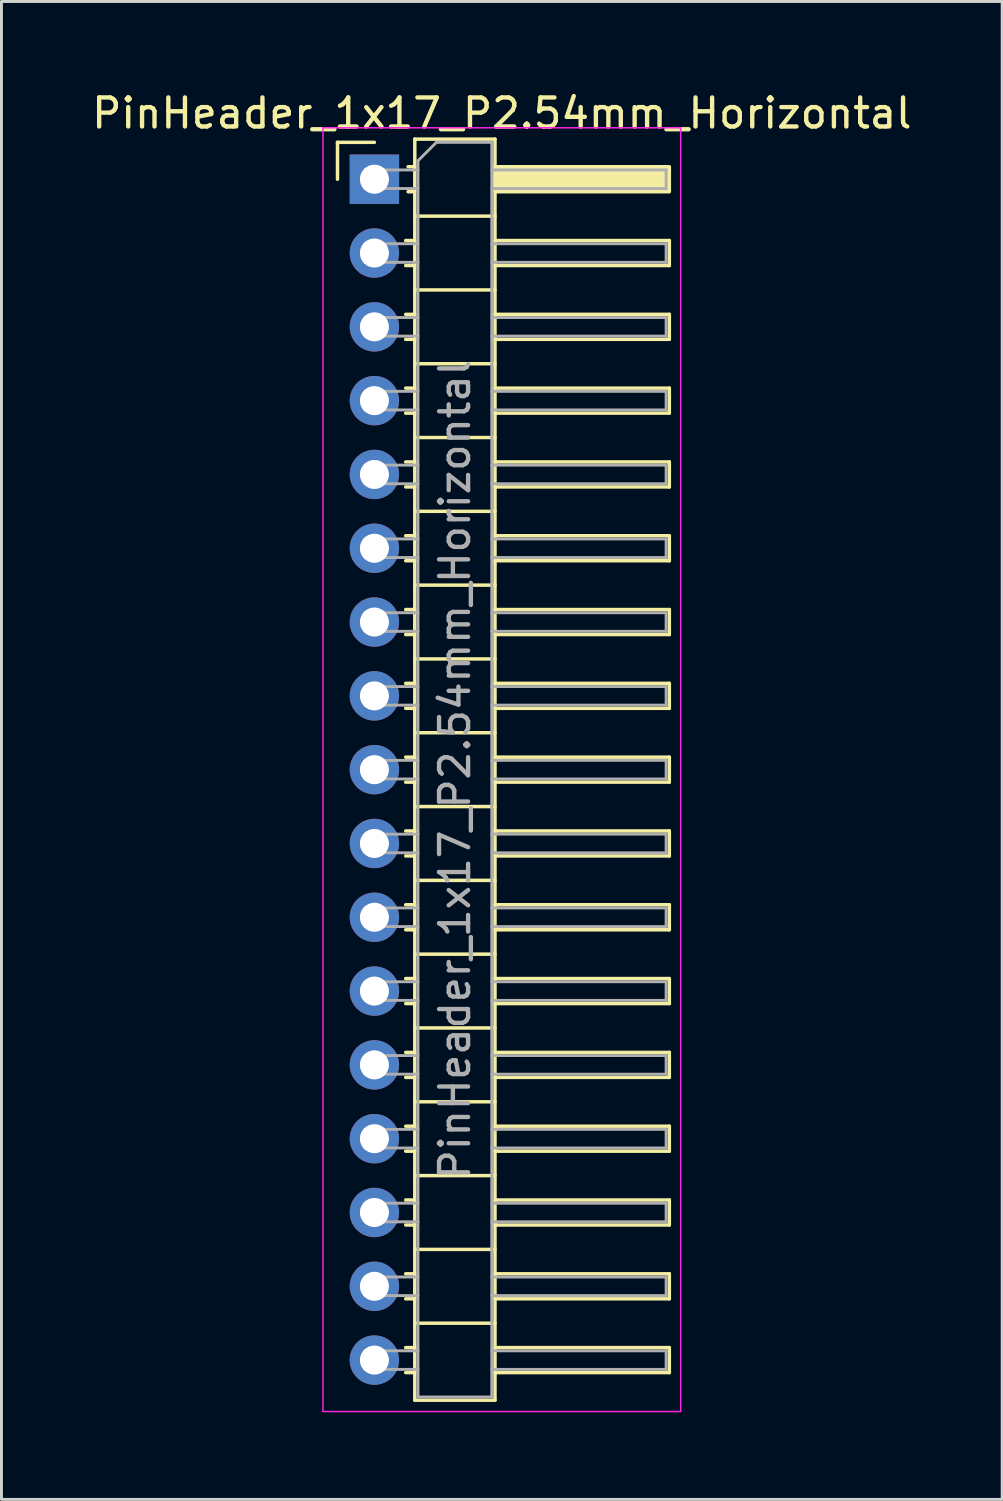
<source format=kicad_pcb>
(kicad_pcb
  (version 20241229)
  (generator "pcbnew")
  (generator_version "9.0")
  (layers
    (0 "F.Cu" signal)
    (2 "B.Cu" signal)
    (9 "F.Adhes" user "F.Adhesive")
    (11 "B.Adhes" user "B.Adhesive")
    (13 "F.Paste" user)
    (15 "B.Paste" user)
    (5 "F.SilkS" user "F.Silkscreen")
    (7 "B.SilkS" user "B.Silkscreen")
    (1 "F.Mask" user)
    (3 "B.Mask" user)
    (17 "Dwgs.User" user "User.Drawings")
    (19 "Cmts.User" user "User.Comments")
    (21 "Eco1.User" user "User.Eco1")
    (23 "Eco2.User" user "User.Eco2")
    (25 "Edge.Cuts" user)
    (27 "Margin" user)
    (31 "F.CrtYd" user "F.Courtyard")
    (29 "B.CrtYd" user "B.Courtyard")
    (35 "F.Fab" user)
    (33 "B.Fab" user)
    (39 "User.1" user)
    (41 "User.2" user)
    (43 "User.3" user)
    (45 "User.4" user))
  (footprint "PinHeader_1x17_P2.54mm_Horizontal"
    (layer "F.Cu")
    (at 9.835 3.118)
    (property "Reference" "PinHeader_1x17_P2.54mm_Horizontal" (at 4.385 -2.27 0) (layer "F.SilkS") (effects (font (size 1 1) (thickness 0.15))))
    (attr through_hole)
    (fp_line (start -1.27 -1.27) (end 0 -1.27) (stroke (width 0.12) (type solid)) (layer "F.SilkS"))
    (fp_line (start -1.27 0) (end -1.27 -1.27) (stroke (width 0.12) (type solid)) (layer "F.SilkS"))
    (fp_line (start 1.077 2.11) (end 1.39 2.11) (stroke (width 0.12) (type solid)) (layer "F.SilkS"))
    (fp_line (start 1.077 2.97) (end 1.39 2.97) (stroke (width 0.12) (type solid)) (layer "F.SilkS"))
    (fp_line (start 1.077 4.65) (end 1.39 4.65) (stroke (width 0.12) (type solid)) (layer "F.SilkS"))
    (fp_line (start 1.077 5.51) (end 1.39 5.51) (stroke (width 0.12) (type solid)) (layer "F.SilkS"))
    (fp_line (start 1.077 7.19) (end 1.39 7.19) (stroke (width 0.12) (type solid)) (layer "F.SilkS"))
    (fp_line (start 1.077 8.05) (end 1.39 8.05) (stroke (width 0.12) (type solid)) (layer "F.SilkS"))
    (fp_line (start 1.077 9.73) (end 1.39 9.73) (stroke (width 0.12) (type solid)) (layer "F.SilkS"))
    (fp_line (start 1.077 10.59) (end 1.39 10.59) (stroke (width 0.12) (type solid)) (layer "F.SilkS"))
    (fp_line (start 1.077 12.27) (end 1.39 12.27) (stroke (width 0.12) (type solid)) (layer "F.SilkS"))
    (fp_line (start 1.077 13.13) (end 1.39 13.13) (stroke (width 0.12) (type solid)) (layer "F.SilkS"))
    (fp_line (start 1.077 14.81) (end 1.39 14.81) (stroke (width 0.12) (type solid)) (layer "F.SilkS"))
    (fp_line (start 1.077 15.67) (end 1.39 15.67) (stroke (width 0.12) (type solid)) (layer "F.SilkS"))
    (fp_line (start 1.077 17.35) (end 1.39 17.35) (stroke (width 0.12) (type solid)) (layer "F.SilkS"))
    (fp_line (start 1.077 18.21) (end 1.39 18.21) (stroke (width 0.12) (type solid)) (layer "F.SilkS"))
    (fp_line (start 1.077 19.89) (end 1.39 19.89) (stroke (width 0.12) (type solid)) (layer "F.SilkS"))
    (fp_line (start 1.077 20.75) (end 1.39 20.75) (stroke (width 0.12) (type solid)) (layer "F.SilkS"))
    (fp_line (start 1.077 22.43) (end 1.39 22.43) (stroke (width 0.12) (type solid)) (layer "F.SilkS"))
    (fp_line (start 1.077 23.29) (end 1.39 23.29) (stroke (width 0.12) (type solid)) (layer "F.SilkS"))
    (fp_line (start 1.077 24.97) (end 1.39 24.97) (stroke (width 0.12) (type solid)) (layer "F.SilkS"))
    (fp_line (start 1.077 25.83) (end 1.39 25.83) (stroke (width 0.12) (type solid)) (layer "F.SilkS"))
    (fp_line (start 1.077 27.51) (end 1.39 27.51) (stroke (width 0.12) (type solid)) (layer "F.SilkS"))
    (fp_line (start 1.077 28.37) (end 1.39 28.37) (stroke (width 0.12) (type solid)) (layer "F.SilkS"))
    (fp_line (start 1.077 30.05) (end 1.39 30.05) (stroke (width 0.12) (type solid)) (layer "F.SilkS"))
    (fp_line (start 1.077 30.91) (end 1.39 30.91) (stroke (width 0.12) (type solid)) (layer "F.SilkS"))
    (fp_line (start 1.077 32.59) (end 1.39 32.59) (stroke (width 0.12) (type solid)) (layer "F.SilkS"))
    (fp_line (start 1.077 33.45) (end 1.39 33.45) (stroke (width 0.12) (type solid)) (layer "F.SilkS"))
    (fp_line (start 1.077 35.13) (end 1.39 35.13) (stroke (width 0.12) (type solid)) (layer "F.SilkS"))
    (fp_line (start 1.077 35.99) (end 1.39 35.99) (stroke (width 0.12) (type solid)) (layer "F.SilkS"))
    (fp_line (start 1.077 37.67) (end 1.39 37.67) (stroke (width 0.12) (type solid)) (layer "F.SilkS"))
    (fp_line (start 1.077 38.53) (end 1.39 38.53) (stroke (width 0.12) (type solid)) (layer "F.SilkS"))
    (fp_line (start 1.077 40.21) (end 1.39 40.21) (stroke (width 0.12) (type solid)) (layer "F.SilkS"))
    (fp_line (start 1.077 41.07) (end 1.39 41.07) (stroke (width 0.12) (type solid)) (layer "F.SilkS"))
    (fp_line (start 1.16 -0.43) (end 1.39 -0.43) (stroke (width 0.12) (type solid)) (layer "F.SilkS"))
    (fp_line (start 1.16 0.43) (end 1.39 0.43) (stroke (width 0.12) (type solid)) (layer "F.SilkS"))
    (fp_line (start 1.39 -1.38) (end 1.39 42.02) (stroke (width 0.12) (type solid)) (layer "F.SilkS"))
    (fp_line (start 1.39 1.27) (end 4.15 1.27) (stroke (width 0.12) (type solid)) (layer "F.SilkS"))
    (fp_line (start 1.39 3.81) (end 4.15 3.81) (stroke (width 0.12) (type solid)) (layer "F.SilkS"))
    (fp_line (start 1.39 6.35) (end 4.15 6.35) (stroke (width 0.12) (type solid)) (layer "F.SilkS"))
    (fp_line (start 1.39 8.89) (end 4.15 8.89) (stroke (width 0.12) (type solid)) (layer "F.SilkS"))
    (fp_line (start 1.39 11.43) (end 4.15 11.43) (stroke (width 0.12) (type solid)) (layer "F.SilkS"))
    (fp_line (start 1.39 13.97) (end 4.15 13.97) (stroke (width 0.12) (type solid)) (layer "F.SilkS"))
    (fp_line (start 1.39 16.51) (end 4.15 16.51) (stroke (width 0.12) (type solid)) (layer "F.SilkS"))
    (fp_line (start 1.39 19.05) (end 4.15 19.05) (stroke (width 0.12) (type solid)) (layer "F.SilkS"))
    (fp_line (start 1.39 21.59) (end 4.15 21.59) (stroke (width 0.12) (type solid)) (layer "F.SilkS"))
    (fp_line (start 1.39 24.13) (end 4.15 24.13) (stroke (width 0.12) (type solid)) (layer "F.SilkS"))
    (fp_line (start 1.39 26.67) (end 4.15 26.67) (stroke (width 0.12) (type solid)) (layer "F.SilkS"))
    (fp_line (start 1.39 29.21) (end 4.15 29.21) (stroke (width 0.12) (type solid)) (layer "F.SilkS"))
    (fp_line (start 1.39 31.75) (end 4.15 31.75) (stroke (width 0.12) (type solid)) (layer "F.SilkS"))
    (fp_line (start 1.39 34.29) (end 4.15 34.29) (stroke (width 0.12) (type solid)) (layer "F.SilkS"))
    (fp_line (start 1.39 36.83) (end 4.15 36.83) (stroke (width 0.12) (type solid)) (layer "F.SilkS"))
    (fp_line (start 1.39 39.37) (end 4.15 39.37) (stroke (width 0.12) (type solid)) (layer "F.SilkS"))
    (fp_line (start 1.39 42.02) (end 4.15 42.02) (stroke (width 0.12) (type solid)) (layer "F.SilkS"))
    (fp_line (start 4.15 -1.38) (end 1.39 -1.38) (stroke (width 0.12) (type solid)) (layer "F.SilkS"))
    (fp_line (start 4.15 2.11) (end 10.15 2.11) (stroke (width 0.12) (type solid)) (layer "F.SilkS"))
    (fp_line (start 4.15 4.65) (end 10.15 4.65) (stroke (width 0.12) (type solid)) (layer "F.SilkS"))
    (fp_line (start 4.15 7.19) (end 10.15 7.19) (stroke (width 0.12) (type solid)) (layer "F.SilkS"))
    (fp_line (start 4.15 9.73) (end 10.15 9.73) (stroke (width 0.12) (type solid)) (layer "F.SilkS"))
    (fp_line (start 4.15 12.27) (end 10.15 12.27) (stroke (width 0.12) (type solid)) (layer "F.SilkS"))
    (fp_line (start 4.15 14.81) (end 10.15 14.81) (stroke (width 0.12) (type solid)) (layer "F.SilkS"))
    (fp_line (start 4.15 17.35) (end 10.15 17.35) (stroke (width 0.12) (type solid)) (layer "F.SilkS"))
    (fp_line (start 4.15 19.89) (end 10.15 19.89) (stroke (width 0.12) (type solid)) (layer "F.SilkS"))
    (fp_line (start 4.15 22.43) (end 10.15 22.43) (stroke (width 0.12) (type solid)) (layer "F.SilkS"))
    (fp_line (start 4.15 24.97) (end 10.15 24.97) (stroke (width 0.12) (type solid)) (layer "F.SilkS"))
    (fp_line (start 4.15 27.51) (end 10.15 27.51) (stroke (width 0.12) (type solid)) (layer "F.SilkS"))
    (fp_line (start 4.15 30.05) (end 10.15 30.05) (stroke (width 0.12) (type solid)) (layer "F.SilkS"))
    (fp_line (start 4.15 32.59) (end 10.15 32.59) (stroke (width 0.12) (type solid)) (layer "F.SilkS"))
    (fp_line (start 4.15 35.13) (end 10.15 35.13) (stroke (width 0.12) (type solid)) (layer "F.SilkS"))
    (fp_line (start 4.15 37.67) (end 10.15 37.67) (stroke (width 0.12) (type solid)) (layer "F.SilkS"))
    (fp_line (start 4.15 40.21) (end 10.15 40.21) (stroke (width 0.12) (type solid)) (layer "F.SilkS"))
    (fp_line (start 4.15 42.02) (end 4.15 -1.38) (stroke (width 0.12) (type solid)) (layer "F.SilkS"))
    (fp_line (start 10.15 2.11) (end 10.15 2.97) (stroke (width 0.12) (type solid)) (layer "F.SilkS"))
    (fp_line (start 10.15 2.97) (end 4.15 2.97) (stroke (width 0.12) (type solid)) (layer "F.SilkS"))
    (fp_line (start 10.15 4.65) (end 10.15 5.51) (stroke (width 0.12) (type solid)) (layer "F.SilkS"))
    (fp_line (start 10.15 5.51) (end 4.15 5.51) (stroke (width 0.12) (type solid)) (layer "F.SilkS"))
    (fp_line (start 10.15 7.19) (end 10.15 8.05) (stroke (width 0.12) (type solid)) (layer "F.SilkS"))
    (fp_line (start 10.15 8.05) (end 4.15 8.05) (stroke (width 0.12) (type solid)) (layer "F.SilkS"))
    (fp_line (start 10.15 9.73) (end 10.15 10.59) (stroke (width 0.12) (type solid)) (layer "F.SilkS"))
    (fp_line (start 10.15 10.59) (end 4.15 10.59) (stroke (width 0.12) (type solid)) (layer "F.SilkS"))
    (fp_line (start 10.15 12.27) (end 10.15 13.13) (stroke (width 0.12) (type solid)) (layer "F.SilkS"))
    (fp_line (start 10.15 13.13) (end 4.15 13.13) (stroke (width 0.12) (type solid)) (layer "F.SilkS"))
    (fp_line (start 10.15 14.81) (end 10.15 15.67) (stroke (width 0.12) (type solid)) (layer "F.SilkS"))
    (fp_line (start 10.15 15.67) (end 4.15 15.67) (stroke (width 0.12) (type solid)) (layer "F.SilkS"))
    (fp_line (start 10.15 17.35) (end 10.15 18.21) (stroke (width 0.12) (type solid)) (layer "F.SilkS"))
    (fp_line (start 10.15 18.21) (end 4.15 18.21) (stroke (width 0.12) (type solid)) (layer "F.SilkS"))
    (fp_line (start 10.15 19.89) (end 10.15 20.75) (stroke (width 0.12) (type solid)) (layer "F.SilkS"))
    (fp_line (start 10.15 20.75) (end 4.15 20.75) (stroke (width 0.12) (type solid)) (layer "F.SilkS"))
    (fp_line (start 10.15 22.43) (end 10.15 23.29) (stroke (width 0.12) (type solid)) (layer "F.SilkS"))
    (fp_line (start 10.15 23.29) (end 4.15 23.29) (stroke (width 0.12) (type solid)) (layer "F.SilkS"))
    (fp_line (start 10.15 24.97) (end 10.15 25.83) (stroke (width 0.12) (type solid)) (layer "F.SilkS"))
    (fp_line (start 10.15 25.83) (end 4.15 25.83) (stroke (width 0.12) (type solid)) (layer "F.SilkS"))
    (fp_line (start 10.15 27.51) (end 10.15 28.37) (stroke (width 0.12) (type solid)) (layer "F.SilkS"))
    (fp_line (start 10.15 28.37) (end 4.15 28.37) (stroke (width 0.12) (type solid)) (layer "F.SilkS"))
    (fp_line (start 10.15 30.05) (end 10.15 30.91) (stroke (width 0.12) (type solid)) (layer "F.SilkS"))
    (fp_line (start 10.15 30.91) (end 4.15 30.91) (stroke (width 0.12) (type solid)) (layer "F.SilkS"))
    (fp_line (start 10.15 32.59) (end 10.15 33.45) (stroke (width 0.12) (type solid)) (layer "F.SilkS"))
    (fp_line (start 10.15 33.45) (end 4.15 33.45) (stroke (width 0.12) (type solid)) (layer "F.SilkS"))
    (fp_line (start 10.15 35.13) (end 10.15 35.99) (stroke (width 0.12) (type solid)) (layer "F.SilkS"))
    (fp_line (start 10.15 35.99) (end 4.15 35.99) (stroke (width 0.12) (type solid)) (layer "F.SilkS"))
    (fp_line (start 10.15 37.67) (end 10.15 38.53) (stroke (width 0.12) (type solid)) (layer "F.SilkS"))
    (fp_line (start 10.15 38.53) (end 4.15 38.53) (stroke (width 0.12) (type solid)) (layer "F.SilkS"))
    (fp_line (start 10.15 40.21) (end 10.15 41.07) (stroke (width 0.12) (type solid)) (layer "F.SilkS"))
    (fp_line (start 10.15 41.07) (end 4.15 41.07) (stroke (width 0.12) (type solid)) (layer "F.SilkS"))
    (fp_rect (start 4.15 -0.43) (end 10.15 0.43) (stroke (width 0.12) (type solid)) (fill yes) (layer "F.SilkS"))
    (fp_line (start -1.77 -1.77) (end -1.77 42.41) (stroke (width 0.05) (type solid)) (layer "F.CrtYd"))
    (fp_line (start -1.77 42.41) (end 10.54 42.41) (stroke (width 0.05) (type solid)) (layer "F.CrtYd"))
    (fp_line (start 10.54 -1.77) (end -1.77 -1.77) (stroke (width 0.05) (type solid)) (layer "F.CrtYd"))
    (fp_line (start 10.54 42.41) (end 10.54 -1.77) (stroke (width 0.05) (type solid)) (layer "F.CrtYd"))
    (fp_line (start -0.32 -0.32) (end -0.32 0.32) (stroke (width 0.1) (type solid)) (layer "F.Fab"))
    (fp_line (start -0.32 -0.32) (end 1.5 -0.32) (stroke (width 0.1) (type solid)) (layer "F.Fab"))
    (fp_line (start -0.32 0.32) (end 1.5 0.32) (stroke (width 0.1) (type solid)) (layer "F.Fab"))
    (fp_line (start -0.32 2.22) (end -0.32 2.86) (stroke (width 0.1) (type solid)) (layer "F.Fab"))
    (fp_line (start -0.32 2.22) (end 1.5 2.22) (stroke (width 0.1) (type solid)) (layer "F.Fab"))
    (fp_line (start -0.32 2.86) (end 1.5 2.86) (stroke (width 0.1) (type solid)) (layer "F.Fab"))
    (fp_line (start -0.32 4.76) (end -0.32 5.4) (stroke (width 0.1) (type solid)) (layer "F.Fab"))
    (fp_line (start -0.32 4.76) (end 1.5 4.76) (stroke (width 0.1) (type solid)) (layer "F.Fab"))
    (fp_line (start -0.32 5.4) (end 1.5 5.4) (stroke (width 0.1) (type solid)) (layer "F.Fab"))
    (fp_line (start -0.32 7.3) (end -0.32 7.94) (stroke (width 0.1) (type solid)) (layer "F.Fab"))
    (fp_line (start -0.32 7.3) (end 1.5 7.3) (stroke (width 0.1) (type solid)) (layer "F.Fab"))
    (fp_line (start -0.32 7.94) (end 1.5 7.94) (stroke (width 0.1) (type solid)) (layer "F.Fab"))
    (fp_line (start -0.32 9.84) (end -0.32 10.48) (stroke (width 0.1) (type solid)) (layer "F.Fab"))
    (fp_line (start -0.32 9.84) (end 1.5 9.84) (stroke (width 0.1) (type solid)) (layer "F.Fab"))
    (fp_line (start -0.32 10.48) (end 1.5 10.48) (stroke (width 0.1) (type solid)) (layer "F.Fab"))
    (fp_line (start -0.32 12.38) (end -0.32 13.02) (stroke (width 0.1) (type solid)) (layer "F.Fab"))
    (fp_line (start -0.32 12.38) (end 1.5 12.38) (stroke (width 0.1) (type solid)) (layer "F.Fab"))
    (fp_line (start -0.32 13.02) (end 1.5 13.02) (stroke (width 0.1) (type solid)) (layer "F.Fab"))
    (fp_line (start -0.32 14.92) (end -0.32 15.56) (stroke (width 0.1) (type solid)) (layer "F.Fab"))
    (fp_line (start -0.32 14.92) (end 1.5 14.92) (stroke (width 0.1) (type solid)) (layer "F.Fab"))
    (fp_line (start -0.32 15.56) (end 1.5 15.56) (stroke (width 0.1) (type solid)) (layer "F.Fab"))
    (fp_line (start -0.32 17.46) (end -0.32 18.1) (stroke (width 0.1) (type solid)) (layer "F.Fab"))
    (fp_line (start -0.32 17.46) (end 1.5 17.46) (stroke (width 0.1) (type solid)) (layer "F.Fab"))
    (fp_line (start -0.32 18.1) (end 1.5 18.1) (stroke (width 0.1) (type solid)) (layer "F.Fab"))
    (fp_line (start -0.32 20) (end -0.32 20.64) (stroke (width 0.1) (type solid)) (layer "F.Fab"))
    (fp_line (start -0.32 20) (end 1.5 20) (stroke (width 0.1) (type solid)) (layer "F.Fab"))
    (fp_line (start -0.32 20.64) (end 1.5 20.64) (stroke (width 0.1) (type solid)) (layer "F.Fab"))
    (fp_line (start -0.32 22.54) (end -0.32 23.18) (stroke (width 0.1) (type solid)) (layer "F.Fab"))
    (fp_line (start -0.32 22.54) (end 1.5 22.54) (stroke (width 0.1) (type solid)) (layer "F.Fab"))
    (fp_line (start -0.32 23.18) (end 1.5 23.18) (stroke (width 0.1) (type solid)) (layer "F.Fab"))
    (fp_line (start -0.32 25.08) (end -0.32 25.72) (stroke (width 0.1) (type solid)) (layer "F.Fab"))
    (fp_line (start -0.32 25.08) (end 1.5 25.08) (stroke (width 0.1) (type solid)) (layer "F.Fab"))
    (fp_line (start -0.32 25.72) (end 1.5 25.72) (stroke (width 0.1) (type solid)) (layer "F.Fab"))
    (fp_line (start -0.32 27.62) (end -0.32 28.26) (stroke (width 0.1) (type solid)) (layer "F.Fab"))
    (fp_line (start -0.32 27.62) (end 1.5 27.62) (stroke (width 0.1) (type solid)) (layer "F.Fab"))
    (fp_line (start -0.32 28.26) (end 1.5 28.26) (stroke (width 0.1) (type solid)) (layer "F.Fab"))
    (fp_line (start -0.32 30.16) (end -0.32 30.8) (stroke (width 0.1) (type solid)) (layer "F.Fab"))
    (fp_line (start -0.32 30.16) (end 1.5 30.16) (stroke (width 0.1) (type solid)) (layer "F.Fab"))
    (fp_line (start -0.32 30.8) (end 1.5 30.8) (stroke (width 0.1) (type solid)) (layer "F.Fab"))
    (fp_line (start -0.32 32.7) (end -0.32 33.34) (stroke (width 0.1) (type solid)) (layer "F.Fab"))
    (fp_line (start -0.32 32.7) (end 1.5 32.7) (stroke (width 0.1) (type solid)) (layer "F.Fab"))
    (fp_line (start -0.32 33.34) (end 1.5 33.34) (stroke (width 0.1) (type solid)) (layer "F.Fab"))
    (fp_line (start -0.32 35.24) (end -0.32 35.88) (stroke (width 0.1) (type solid)) (layer "F.Fab"))
    (fp_line (start -0.32 35.24) (end 1.5 35.24) (stroke (width 0.1) (type solid)) (layer "F.Fab"))
    (fp_line (start -0.32 35.88) (end 1.5 35.88) (stroke (width 0.1) (type solid)) (layer "F.Fab"))
    (fp_line (start -0.32 37.78) (end -0.32 38.42) (stroke (width 0.1) (type solid)) (layer "F.Fab"))
    (fp_line (start -0.32 37.78) (end 1.5 37.78) (stroke (width 0.1) (type solid)) (layer "F.Fab"))
    (fp_line (start -0.32 38.42) (end 1.5 38.42) (stroke (width 0.1) (type solid)) (layer "F.Fab"))
    (fp_line (start -0.32 40.32) (end -0.32 40.96) (stroke (width 0.1) (type solid)) (layer "F.Fab"))
    (fp_line (start -0.32 40.32) (end 1.5 40.32) (stroke (width 0.1) (type solid)) (layer "F.Fab"))
    (fp_line (start -0.32 40.96) (end 1.5 40.96) (stroke (width 0.1) (type solid)) (layer "F.Fab"))
    (fp_line (start 1.5 -0.635) (end 2.135 -1.27) (stroke (width 0.1) (type solid)) (layer "F.Fab"))
    (fp_line (start 1.5 41.91) (end 1.5 -0.635) (stroke (width 0.1) (type solid)) (layer "F.Fab"))
    (fp_line (start 2.135 -1.27) (end 4.04 -1.27) (stroke (width 0.1) (type solid)) (layer "F.Fab"))
    (fp_line (start 4.04 -1.27) (end 4.04 41.91) (stroke (width 0.1) (type solid)) (layer "F.Fab"))
    (fp_line (start 4.04 -0.32) (end 10.04 -0.32) (stroke (width 0.1) (type solid)) (layer "F.Fab"))
    (fp_line (start 4.04 0.32) (end 10.04 0.32) (stroke (width 0.1) (type solid)) (layer "F.Fab"))
    (fp_line (start 4.04 2.22) (end 10.04 2.22) (stroke (width 0.1) (type solid)) (layer "F.Fab"))
    (fp_line (start 4.04 2.86) (end 10.04 2.86) (stroke (width 0.1) (type solid)) (layer "F.Fab"))
    (fp_line (start 4.04 4.76) (end 10.04 4.76) (stroke (width 0.1) (type solid)) (layer "F.Fab"))
    (fp_line (start 4.04 5.4) (end 10.04 5.4) (stroke (width 0.1) (type solid)) (layer "F.Fab"))
    (fp_line (start 4.04 7.3) (end 10.04 7.3) (stroke (width 0.1) (type solid)) (layer "F.Fab"))
    (fp_line (start 4.04 7.94) (end 10.04 7.94) (stroke (width 0.1) (type solid)) (layer "F.Fab"))
    (fp_line (start 4.04 9.84) (end 10.04 9.84) (stroke (width 0.1) (type solid)) (layer "F.Fab"))
    (fp_line (start 4.04 10.48) (end 10.04 10.48) (stroke (width 0.1) (type solid)) (layer "F.Fab"))
    (fp_line (start 4.04 12.38) (end 10.04 12.38) (stroke (width 0.1) (type solid)) (layer "F.Fab"))
    (fp_line (start 4.04 13.02) (end 10.04 13.02) (stroke (width 0.1) (type solid)) (layer "F.Fab"))
    (fp_line (start 4.04 14.92) (end 10.04 14.92) (stroke (width 0.1) (type solid)) (layer "F.Fab"))
    (fp_line (start 4.04 15.56) (end 10.04 15.56) (stroke (width 0.1) (type solid)) (layer "F.Fab"))
    (fp_line (start 4.04 17.46) (end 10.04 17.46) (stroke (width 0.1) (type solid)) (layer "F.Fab"))
    (fp_line (start 4.04 18.1) (end 10.04 18.1) (stroke (width 0.1) (type solid)) (layer "F.Fab"))
    (fp_line (start 4.04 20) (end 10.04 20) (stroke (width 0.1) (type solid)) (layer "F.Fab"))
    (fp_line (start 4.04 20.64) (end 10.04 20.64) (stroke (width 0.1) (type solid)) (layer "F.Fab"))
    (fp_line (start 4.04 22.54) (end 10.04 22.54) (stroke (width 0.1) (type solid)) (layer "F.Fab"))
    (fp_line (start 4.04 23.18) (end 10.04 23.18) (stroke (width 0.1) (type solid)) (layer "F.Fab"))
    (fp_line (start 4.04 25.08) (end 10.04 25.08) (stroke (width 0.1) (type solid)) (layer "F.Fab"))
    (fp_line (start 4.04 25.72) (end 10.04 25.72) (stroke (width 0.1) (type solid)) (layer "F.Fab"))
    (fp_line (start 4.04 27.62) (end 10.04 27.62) (stroke (width 0.1) (type solid)) (layer "F.Fab"))
    (fp_line (start 4.04 28.26) (end 10.04 28.26) (stroke (width 0.1) (type solid)) (layer "F.Fab"))
    (fp_line (start 4.04 30.16) (end 10.04 30.16) (stroke (width 0.1) (type solid)) (layer "F.Fab"))
    (fp_line (start 4.04 30.8) (end 10.04 30.8) (stroke (width 0.1) (type solid)) (layer "F.Fab"))
    (fp_line (start 4.04 32.7) (end 10.04 32.7) (stroke (width 0.1) (type solid)) (layer "F.Fab"))
    (fp_line (start 4.04 33.34) (end 10.04 33.34) (stroke (width 0.1) (type solid)) (layer "F.Fab"))
    (fp_line (start 4.04 35.24) (end 10.04 35.24) (stroke (width 0.1) (type solid)) (layer "F.Fab"))
    (fp_line (start 4.04 35.88) (end 10.04 35.88) (stroke (width 0.1) (type solid)) (layer "F.Fab"))
    (fp_line (start 4.04 37.78) (end 10.04 37.78) (stroke (width 0.1) (type solid)) (layer "F.Fab"))
    (fp_line (start 4.04 38.42) (end 10.04 38.42) (stroke (width 0.1) (type solid)) (layer "F.Fab"))
    (fp_line (start 4.04 40.32) (end 10.04 40.32) (stroke (width 0.1) (type solid)) (layer "F.Fab"))
    (fp_line (start 4.04 40.96) (end 10.04 40.96) (stroke (width 0.1) (type solid)) (layer "F.Fab"))
    (fp_line (start 4.04 41.91) (end 1.5 41.91) (stroke (width 0.1) (type solid)) (layer "F.Fab"))
    (fp_line (start 10.04 -0.32) (end 10.04 0.32) (stroke (width 0.1) (type solid)) (layer "F.Fab"))
    (fp_line (start 10.04 2.22) (end 10.04 2.86) (stroke (width 0.1) (type solid)) (layer "F.Fab"))
    (fp_line (start 10.04 4.76) (end 10.04 5.4) (stroke (width 0.1) (type solid)) (layer "F.Fab"))
    (fp_line (start 10.04 7.3) (end 10.04 7.94) (stroke (width 0.1) (type solid)) (layer "F.Fab"))
    (fp_line (start 10.04 9.84) (end 10.04 10.48) (stroke (width 0.1) (type solid)) (layer "F.Fab"))
    (fp_line (start 10.04 12.38) (end 10.04 13.02) (stroke (width 0.1) (type solid)) (layer "F.Fab"))
    (fp_line (start 10.04 14.92) (end 10.04 15.56) (stroke (width 0.1) (type solid)) (layer "F.Fab"))
    (fp_line (start 10.04 17.46) (end 10.04 18.1) (stroke (width 0.1) (type solid)) (layer "F.Fab"))
    (fp_line (start 10.04 20) (end 10.04 20.64) (stroke (width 0.1) (type solid)) (layer "F.Fab"))
    (fp_line (start 10.04 22.54) (end 10.04 23.18) (stroke (width 0.1) (type solid)) (layer "F.Fab"))
    (fp_line (start 10.04 25.08) (end 10.04 25.72) (stroke (width 0.1) (type solid)) (layer "F.Fab"))
    (fp_line (start 10.04 27.62) (end 10.04 28.26) (stroke (width 0.1) (type solid)) (layer "F.Fab"))
    (fp_line (start 10.04 30.16) (end 10.04 30.8) (stroke (width 0.1) (type solid)) (layer "F.Fab"))
    (fp_line (start 10.04 32.7) (end 10.04 33.34) (stroke (width 0.1) (type solid)) (layer "F.Fab"))
    (fp_line (start 10.04 35.24) (end 10.04 35.88) (stroke (width 0.1) (type solid)) (layer "F.Fab"))
    (fp_line (start 10.04 37.78) (end 10.04 38.42) (stroke (width 0.1) (type solid)) (layer "F.Fab"))
    (fp_line (start 10.04 40.32) (end 10.04 40.96) (stroke (width 0.1) (type solid)) (layer "F.Fab"))
    (fp_text user "${REFERENCE}" (at 2.77 20.32 90) (layer "F.Fab") (effects (font (size 1 1) (thickness 0.15))))
    (pad "1" thru_hole rect (at 0 0) (size 1.7 1.7) (drill 1) (layers "*.Cu" "*.Mask"))
    (pad "2" thru_hole circle (at 0 2.54) (size 1.7 1.7) (drill 1) (layers "*.Cu" "*.Mask"))
    (pad "3" thru_hole circle (at 0 5.08) (size 1.7 1.7) (drill 1) (layers "*.Cu" "*.Mask"))
    (pad "4" thru_hole circle (at 0 7.62) (size 1.7 1.7) (drill 1) (layers "*.Cu" "*.Mask"))
    (pad "5" thru_hole circle (at 0 10.16) (size 1.7 1.7) (drill 1) (layers "*.Cu" "*.Mask"))
    (pad "6" thru_hole circle (at 0 12.7) (size 1.7 1.7) (drill 1) (layers "*.Cu" "*.Mask"))
    (pad "7" thru_hole circle (at 0 15.24) (size 1.7 1.7) (drill 1) (layers "*.Cu" "*.Mask"))
    (pad "8" thru_hole circle (at 0 17.78) (size 1.7 1.7) (drill 1) (layers "*.Cu" "*.Mask"))
    (pad "9" thru_hole circle (at 0 20.32) (size 1.7 1.7) (drill 1) (layers "*.Cu" "*.Mask"))
    (pad "10" thru_hole circle (at 0 22.86) (size 1.7 1.7) (drill 1) (layers "*.Cu" "*.Mask"))
    (pad "11" thru_hole circle (at 0 25.4) (size 1.7 1.7) (drill 1) (layers "*.Cu" "*.Mask"))
    (pad "12" thru_hole circle (at 0 27.94) (size 1.7 1.7) (drill 1) (layers "*.Cu" "*.Mask"))
    (pad "13" thru_hole circle (at 0 30.48) (size 1.7 1.7) (drill 1) (layers "*.Cu" "*.Mask"))
    (pad "14" thru_hole circle (at 0 33.02) (size 1.7 1.7) (drill 1) (layers "*.Cu" "*.Mask"))
    (pad "15" thru_hole circle (at 0 35.56) (size 1.7 1.7) (drill 1) (layers "*.Cu" "*.Mask"))
    (pad "16" thru_hole circle (at 0 38.1) (size 1.7 1.7) (drill 1) (layers "*.Cu" "*.Mask"))
    (pad "17" thru_hole circle (at 0 40.64) (size 1.7 1.7) (drill 1) (layers "*.Cu" "*.Mask")))
  (gr_rect
    (start -3 -3)
    (end 31.44 48.553)
    (stroke (width 0.1) (type default))
    (fill no)
    (layer "Edge.Cuts")))
</source>
